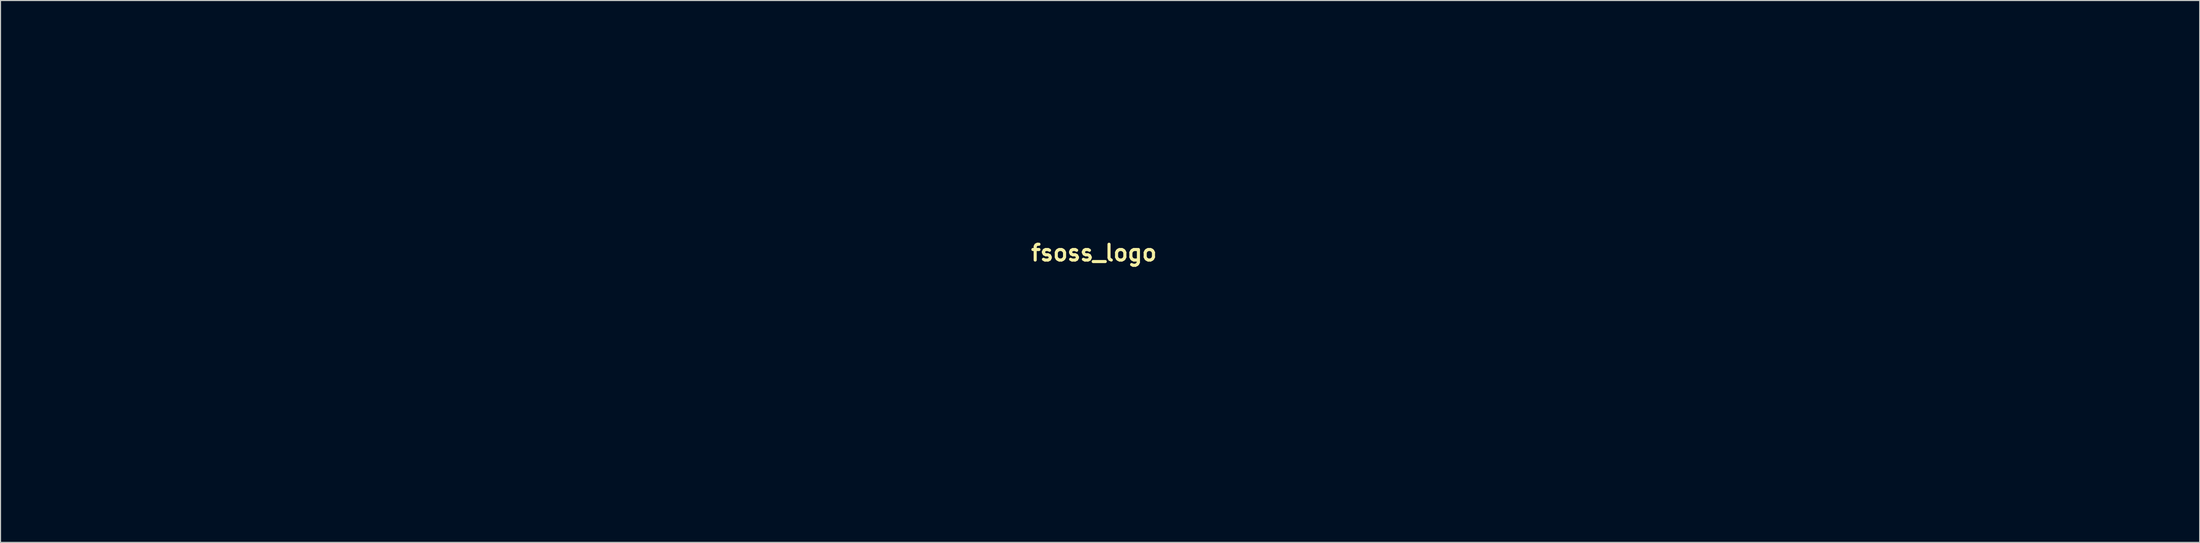
<source format=kicad_pcb>
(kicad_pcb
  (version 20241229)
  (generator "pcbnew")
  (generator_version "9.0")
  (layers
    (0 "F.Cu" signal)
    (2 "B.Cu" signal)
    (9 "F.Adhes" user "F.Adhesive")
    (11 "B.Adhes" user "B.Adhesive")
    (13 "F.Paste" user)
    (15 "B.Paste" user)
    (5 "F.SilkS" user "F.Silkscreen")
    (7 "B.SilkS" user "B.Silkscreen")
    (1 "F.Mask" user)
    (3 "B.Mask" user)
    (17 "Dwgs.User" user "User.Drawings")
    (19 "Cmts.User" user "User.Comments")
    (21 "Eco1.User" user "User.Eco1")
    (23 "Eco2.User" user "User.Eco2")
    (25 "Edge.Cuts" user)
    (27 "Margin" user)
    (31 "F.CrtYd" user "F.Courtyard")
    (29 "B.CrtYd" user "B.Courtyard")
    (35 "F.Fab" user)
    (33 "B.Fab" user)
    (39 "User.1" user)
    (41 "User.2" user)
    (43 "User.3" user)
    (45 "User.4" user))
  (footprint "fsoss_logo"
    (layer "F.Cu")
    (at 102.311 21.344)
    (property "Reference" "fsoss_logo" (at 0 0 0) (layer "F.SilkS") (effects (font (size 1.524 1.524) (thickness 0.3))))
    (attr through_hole)
    (fp_poly (pts (xy 14.111 -16.404) (xy 13.935 -16.228) (xy 13.758 -16.404) (xy 13.935 -16.581) (xy 14.111 -16.404)) (stroke (width 0.01) (type solid)) (fill no) (layer "Eco2.User"))
    (fp_poly (pts (xy -71.261 -11.642) (xy -90.664 -11.642) (xy -90.664 -3.528) (xy -72.319 -3.528) (xy -72.319 5.292) (xy -90.664 5.292) (xy -90.664 23.989) (xy -102.306 23.989) (xy -102.306 -20.461) (xy -71.261 -20.461) (xy -71.261 -11.642)) (stroke (width 0.01) (type solid)) (fill no) (layer "Eco2.User"))
    (fp_poly (pts (xy 6.967 -16.192) (xy 10.115 -15.411) (xy 12.948 -14.04) (xy 15.411 -12.146) (xy 17.449 -9.795) (xy 19.005 -7.054) (xy 20.025 -3.988) (xy 20.451 -0.666) (xy 20.461 -0.074) (xy 20.13 3.045) (xy 19.188 5.958) (xy 17.711 8.607) (xy 15.776 10.933) (xy 13.459 12.876) (xy 10.836 14.377) (xy 7.986 15.379) (xy 4.983 15.821) (xy 1.904 15.646) (xy 0.446 15.331) (xy -2.728 14.137) (xy -5.507 12.405) (xy -7.837 10.203) (xy -9.666 7.6) (xy -10.94 4.661) (xy -11.608 1.455) (xy -11.697 -0.188) (xy -11.625 -0.958) (xy -2.676 -0.958) (xy -2.486 0.801) (xy -1.653 3.255) (xy -0.315 5.314) (xy 1.433 6.931) (xy 3.491 8.061) (xy 5.765 8.656) (xy 8.155 8.67) (xy 10.565 8.058) (xy 11.677 7.54) (xy 13.73 6.067) (xy 15.265 4.211) (xy 16.266 2.081) (xy 16.721 -0.21) (xy 16.614 -2.554) (xy 15.931 -4.839) (xy 14.658 -6.955) (xy 13.702 -8.006) (xy 11.733 -9.441) (xy 9.528 -10.297) (xy 7.205 -10.593) (xy 4.886 -10.348) (xy 2.69 -9.582) (xy 0.737 -8.314) (xy -0.852 -6.562) (xy -1.425 -5.604) (xy -2.372 -3.227) (xy -2.676 -0.958) (xy -11.625 -0.958) (xy -11.387 -3.49) (xy -10.466 -6.537) (xy -8.996 -9.275) (xy -7.044 -11.646) (xy -4.674 -13.596) (xy -1.951 -15.069) (xy 1.061 -16.011) (xy 4.297 -16.364) (xy 6.967 -16.192)) (stroke (width 0.01) (type solid)) (fill no) (layer "Eco2.User"))
    (fp_poly (pts (xy 5.713 -20.311) (xy 9.374 -19.07) (xy 10.583 -18.5) (xy 11.975 -17.758) (xy 12.757 -17.26) (xy 12.921 -17.021) (xy 12.462 -17.053) (xy 11.373 -17.371) (xy 11.054 -17.479) (xy 7.486 -18.367) (xy 3.975 -18.596) (xy 0.59 -18.205) (xy -2.605 -17.229) (xy -5.541 -15.706) (xy -8.153 -13.673) (xy -10.373 -11.167) (xy -12.134 -8.225) (xy -13.371 -4.883) (xy -13.63 -3.803) (xy -14.011 -0.41) (xy -13.741 2.891) (xy -12.876 6.032) (xy -11.47 8.948) (xy -9.579 11.571) (xy -7.257 13.835) (xy -4.559 15.673) (xy -1.54 17.019) (xy 1.745 17.807) (xy 4.345 17.992) (xy 7.83 17.654) (xy 11.122 16.682) (xy 14.147 15.134) (xy 16.832 13.072) (xy 19.106 10.556) (xy 20.894 7.644) (xy 22.124 4.398) (xy 22.438 3.046) (xy 22.924 0.529) (xy 22.738 3.242) (xy 22.13 7.169) (xy 20.885 10.835) (xy 19.038 14.188) (xy 16.626 17.174) (xy 13.685 19.742) (xy 10.252 21.837) (xy 9.753 22.081) (xy 7.416 23) (xy 4.83 23.7) (xy 2.208 24.144) (xy -0.237 24.297) (xy -2.29 24.121) (xy -2.293 24.121) (xy -3.03 23.976) (xy -4.157 23.756) (xy -4.939 23.603) (xy -7.973 22.691) (xy -11.006 21.183) (xy -13.875 19.169) (xy -15.51 17.697) (xy -17.916 14.999) (xy -19.727 12.224) (xy -21.049 9.195) (xy -21.534 7.621) (xy -22.015 5.081) (xy -22.208 2.21) (xy -22.119 -0.738) (xy -21.756 -3.51) (xy -21.199 -5.644) (xy -19.599 -9.225) (xy -17.485 -12.385) (xy -14.929 -15.096) (xy -12.002 -17.328) (xy -8.774 -19.054) (xy -5.318 -20.244) (xy -1.704 -20.869) (xy 1.997 -20.901) (xy 5.713 -20.311)) (stroke (width 0.01) (type solid)) (fill no) (layer "Eco2.User"))
    (fp_poly (pts (xy -40.648 -21.107) (xy -37.392 -20.779) (xy -34.218 -20.297) (xy -31.281 -19.671) (xy -30.515 -19.469) (xy -29.457 -19.177) (xy -29.359 -14.527) (xy -29.321 -12.538) (xy -29.341 -11.171) (xy -29.471 -10.34) (xy -29.763 -9.962) (xy -30.267 -9.952) (xy -31.036 -10.226) (xy -31.793 -10.557) (xy -35.095 -11.716) (xy -38.754 -12.489) (xy -42.506 -12.821) (xy -43.039 -12.83) (xy -45.797 -12.73) (xy -47.933 -12.375) (xy -49.491 -11.742) (xy -50.514 -10.808) (xy -51.047 -9.547) (xy -51.153 -8.45) (xy -51.081 -7.322) (xy -50.779 -6.574) (xy -50.113 -5.89) (xy -50.071 -5.855) (xy -49.491 -5.429) (xy -48.775 -5.049) (xy -47.823 -4.682) (xy -46.537 -4.298) (xy -44.815 -3.866) (xy -42.558 -3.355) (xy -40.922 -3) (xy -37.277 -2.105) (xy -34.275 -1.095) (xy -31.856 0.073) (xy -29.963 1.447) (xy -28.535 3.072) (xy -27.513 4.993) (xy -26.839 7.256) (xy -26.7 7.983) (xy -26.521 10.644) (xy -26.8 13.491) (xy -27.494 16.212) (xy -27.951 17.354) (xy -29.343 19.651) (xy -31.237 21.52) (xy -33.671 22.989) (xy -36.682 24.087) (xy -36.884 24.142) (xy -38.192 24.395) (xy -39.996 24.611) (xy -42.088 24.779) (xy -44.259 24.886) (xy -46.3 24.92) (xy -48.003 24.868) (xy -48.507 24.825) (xy -50.963 24.477) (xy -53.71 23.957) (xy -56.411 23.334) (xy -58.605 22.719) (xy -61.383 21.842) (xy -61.383 12.04) (xy -58.791 13.238) (xy -55.344 14.672) (xy -52.157 15.635) (xy -49.017 16.18) (xy -45.861 16.357) (xy -44.026 16.354) (xy -42.722 16.298) (xy -41.776 16.164) (xy -41.014 15.93) (xy -40.312 15.598) (xy -38.846 14.504) (xy -38.016 13.114) (xy -37.831 11.443) (xy -37.863 11.143) (xy -38.057 10.216) (xy -38.418 9.437) (xy -39.02 8.767) (xy -39.94 8.167) (xy -41.253 7.595) (xy -43.035 7.013) (xy -45.361 6.381) (xy -48.23 5.676) (xy -51.839 4.685) (xy -54.798 3.564) (xy -57.156 2.267) (xy -58.964 0.748) (xy -60.272 -1.04) (xy -61.13 -3.143) (xy -61.588 -5.607) (xy -61.672 -6.737) (xy -61.552 -10.052) (xy -60.855 -12.958) (xy -59.585 -15.454) (xy -57.745 -17.536) (xy -55.335 -19.2) (xy -52.359 -20.444) (xy -51.468 -20.705) (xy -49.399 -21.081) (xy -46.804 -21.267) (xy -43.837 -21.273) (xy -40.648 -21.107)) (stroke (width 0.01) (type solid)) (fill no) (layer "Eco2.User"))
    (fp_poly (pts (xy 87.659 -21.259) (xy 91.399 -20.925) (xy 95.339 -20.342) (xy 97.808 -19.862) (xy 100.542 -19.283) (xy 100.542 -9.607) (xy 98.422 -10.463) (xy 94.767 -11.732) (xy 91.25 -12.493) (xy 87.586 -12.804) (xy 86.96 -12.816) (xy 85.119 -12.815) (xy 83.792 -12.747) (xy 82.786 -12.587) (xy 81.912 -12.311) (xy 81.392 -12.088) (xy 79.899 -11.11) (xy 79.03 -9.846) (xy 78.808 -8.347) (xy 78.99 -7.376) (xy 79.354 -6.536) (xy 79.949 -5.829) (xy 80.858 -5.218) (xy 82.163 -4.664) (xy 83.947 -4.131) (xy 86.293 -3.582) (xy 88.291 -3.172) (xy 91.18 -2.529) (xy 93.817 -1.8) (xy 96.068 -1.029) (xy 97.796 -0.259) (xy 98.234 -0.009) (xy 100.374 1.687) (xy 101.952 3.791) (xy 102.975 6.316) (xy 103.451 9.277) (xy 103.489 10.584) (xy 103.196 13.93) (xy 102.343 16.851) (xy 100.941 19.337) (xy 99 21.374) (xy 96.527 22.95) (xy 93.534 24.053) (xy 93.103 24.162) (xy 91.293 24.482) (xy 89.01 24.714) (xy 86.484 24.85) (xy 83.943 24.882) (xy 81.616 24.799) (xy 80.152 24.658) (xy 78.327 24.356) (xy 76.228 23.924) (xy 74.07 23.412) (xy 72.066 22.873) (xy 70.428 22.361) (xy 69.762 22.109) (xy 68.439 21.555) (xy 68.439 16.775) (xy 68.452 15.031) (xy 68.487 13.571) (xy 68.54 12.525) (xy 68.606 12.021) (xy 68.625 11.994) (xy 69.014 12.141) (xy 69.843 12.525) (xy 70.83 13.01) (xy 73.549 14.198) (xy 76.558 15.207) (xy 79.629 15.978) (xy 82.531 16.452) (xy 84.561 16.578) (xy 86.991 16.379) (xy 89.032 15.806) (xy 90.628 14.91) (xy 91.72 13.74) (xy 92.253 12.348) (xy 92.168 10.783) (xy 91.932 10.08) (xy 91.26 9.033) (xy 90.333 8.181) (xy 90.267 8.138) (xy 89.546 7.825) (xy 88.277 7.401) (xy 86.603 6.908) (xy 84.664 6.388) (xy 83.18 6.02) (xy 80.19 5.266) (xy 77.786 4.561) (xy 75.855 3.857) (xy 74.285 3.104) (xy 72.964 2.253) (xy 71.778 1.256) (xy 71.403 0.892) (xy 70.001 -0.765) (xy 69.06 -2.543) (xy 68.522 -4.606) (xy 68.329 -7.118) (xy 68.327 -7.761) (xy 68.643 -10.948) (xy 69.536 -13.729) (xy 71.003 -16.1) (xy 73.042 -18.06) (xy 75.65 -19.605) (xy 78.763 -20.715) (xy 81.227 -21.159) (xy 84.23 -21.339) (xy 87.659 -21.259)) (stroke (width 0.01) (type solid)) (fill no) (layer "Eco2.User"))
    (fp_poly (pts (xy 46.384 -21.259) (xy 50.124 -20.925) (xy 54.064 -20.342) (xy 56.533 -19.862) (xy 59.267 -19.283) (xy 59.267 -9.607) (xy 57.147 -10.463) (xy 53.441 -11.745) (xy 49.86 -12.51) (xy 46.119 -12.817) (xy 45.685 -12.825) (xy 43.907 -12.832) (xy 42.644 -12.781) (xy 41.705 -12.642) (xy 40.899 -12.388) (xy 40.044 -11.994) (xy 38.858 -11.289) (xy 38.146 -10.529) (xy 37.797 -9.805) (xy 37.527 -8.675) (xy 37.524 -7.661) (xy 37.543 -7.57) (xy 37.895 -6.691) (xy 38.522 -5.941) (xy 39.5 -5.285) (xy 40.906 -4.688) (xy 42.816 -4.115) (xy 45.306 -3.53) (xy 47.096 -3.161) (xy 50.929 -2.268) (xy 54.114 -1.227) (xy 56.697 -0.011) (xy 58.724 1.407) (xy 60.243 3.055) (xy 61.3 4.96) (xy 61.404 5.222) (xy 61.961 7.399) (xy 62.183 9.95) (xy 62.072 12.626) (xy 61.625 15.18) (xy 61.412 15.929) (xy 60.258 18.448) (xy 58.524 20.602) (xy 56.259 22.352) (xy 53.509 23.66) (xy 51.153 24.329) (xy 49.434 24.592) (xy 47.245 24.775) (xy 44.819 24.873) (xy 42.387 24.879) (xy 40.183 24.787) (xy 38.877 24.657) (xy 37.052 24.356) (xy 34.954 23.924) (xy 32.795 23.412) (xy 30.79 22.873) (xy 29.152 22.36) (xy 28.487 22.109) (xy 27.164 21.555) (xy 27.164 16.775) (xy 27.177 15.031) (xy 27.212 13.571) (xy 27.265 12.525) (xy 27.331 12.021) (xy 27.35 11.994) (xy 27.739 12.141) (xy 28.568 12.524) (xy 29.555 13.008) (xy 32.563 14.32) (xy 35.741 15.354) (xy 38.925 16.078) (xy 41.956 16.457) (xy 44.67 16.461) (xy 45.917 16.301) (xy 47.795 15.816) (xy 49.14 15.109) (xy 50.112 14.076) (xy 50.567 13.289) (xy 50.958 12.362) (xy 51.019 11.594) (xy 50.774 10.596) (xy 50.744 10.5) (xy 50.393 9.642) (xy 49.887 8.932) (xy 49.134 8.325) (xy 48.045 7.775) (xy 46.528 7.236) (xy 44.494 6.662) (xy 41.965 6.034) (xy 38.97 5.28) (xy 36.561 4.577) (xy 34.627 3.876) (xy 33.055 3.129) (xy 31.734 2.287) (xy 30.551 1.301) (xy 30.128 0.892) (xy 28.711 -0.782) (xy 27.763 -2.575) (xy 27.224 -4.652) (xy 27.035 -7.179) (xy 27.035 -7.761) (xy 27.354 -10.945) (xy 28.253 -13.726) (xy 29.726 -16.1) (xy 31.772 -18.062) (xy 34.385 -19.609) (xy 37.488 -20.715) (xy 39.952 -21.159) (xy 42.955 -21.339) (xy 46.384 -21.259)) (stroke (width 0.01) (type solid)) (fill no) (layer "Eco2.User")))
  (gr_rect
    (start -3 -3)
    (end 208.805 49.269)
    (stroke (width 0.1) (type default))
    (fill no)
    (layer "Edge.Cuts")))
</source>
